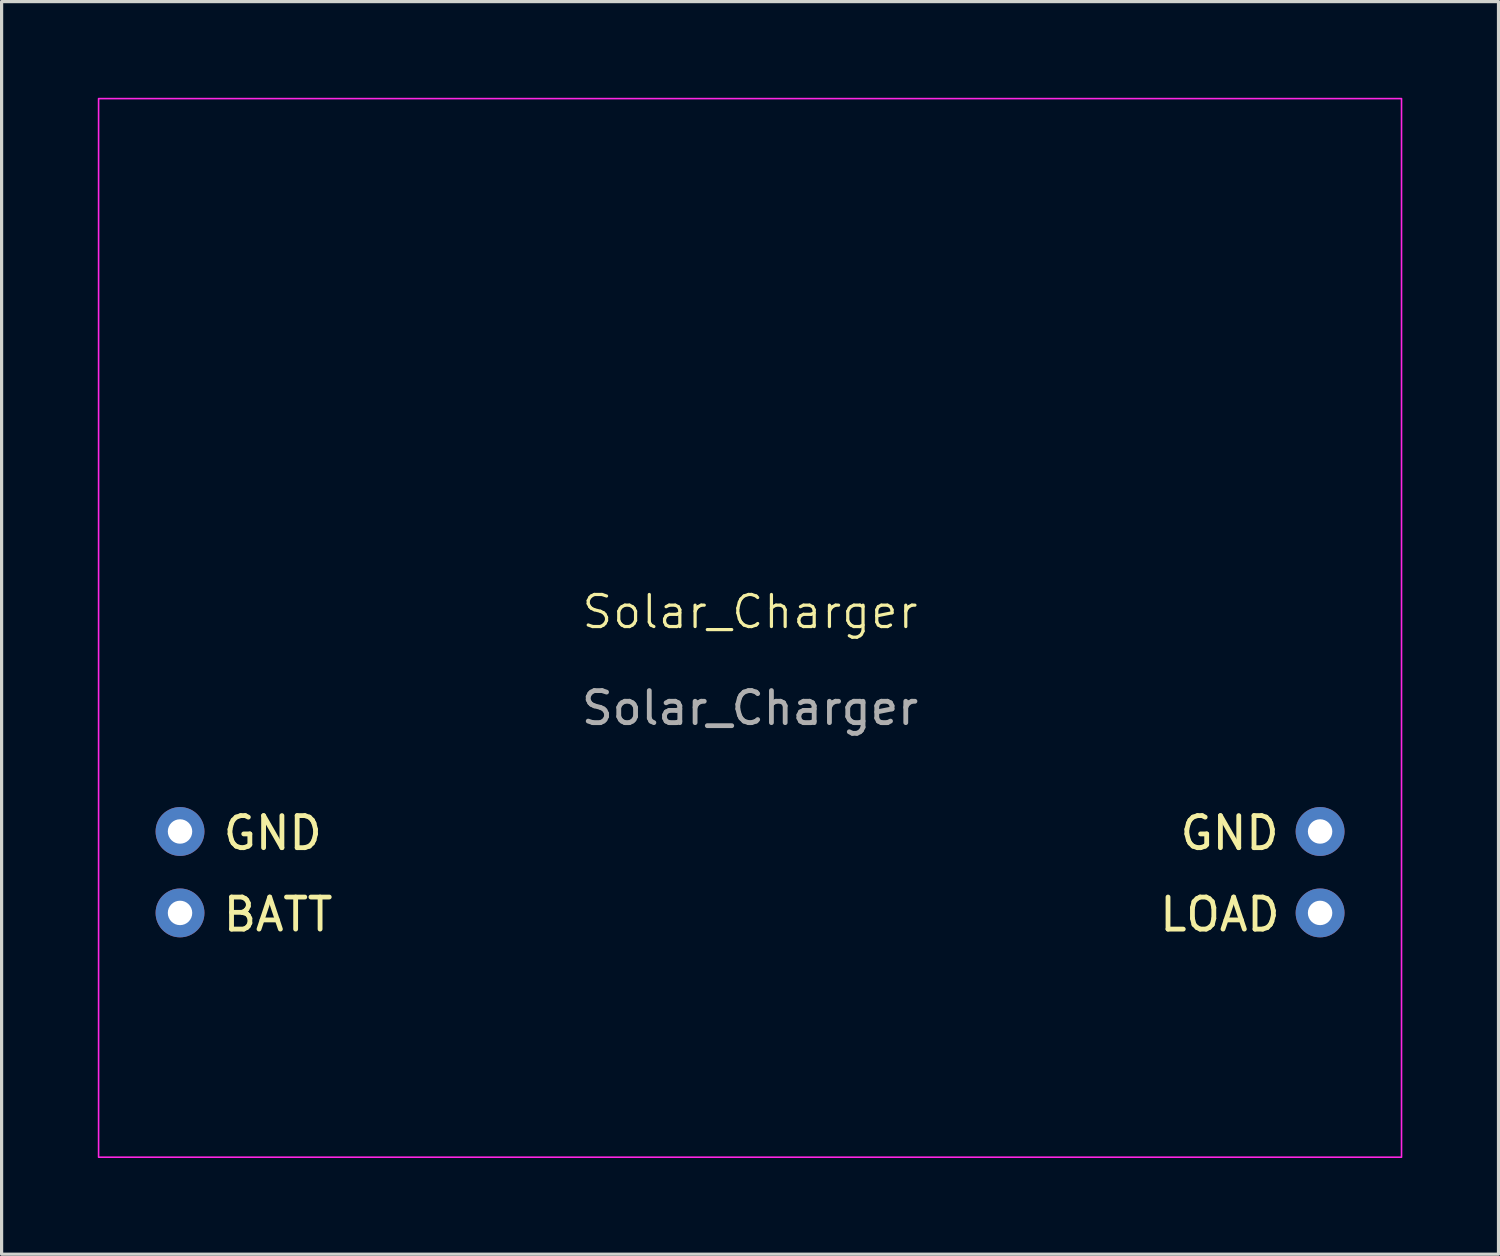
<source format=kicad_pcb>
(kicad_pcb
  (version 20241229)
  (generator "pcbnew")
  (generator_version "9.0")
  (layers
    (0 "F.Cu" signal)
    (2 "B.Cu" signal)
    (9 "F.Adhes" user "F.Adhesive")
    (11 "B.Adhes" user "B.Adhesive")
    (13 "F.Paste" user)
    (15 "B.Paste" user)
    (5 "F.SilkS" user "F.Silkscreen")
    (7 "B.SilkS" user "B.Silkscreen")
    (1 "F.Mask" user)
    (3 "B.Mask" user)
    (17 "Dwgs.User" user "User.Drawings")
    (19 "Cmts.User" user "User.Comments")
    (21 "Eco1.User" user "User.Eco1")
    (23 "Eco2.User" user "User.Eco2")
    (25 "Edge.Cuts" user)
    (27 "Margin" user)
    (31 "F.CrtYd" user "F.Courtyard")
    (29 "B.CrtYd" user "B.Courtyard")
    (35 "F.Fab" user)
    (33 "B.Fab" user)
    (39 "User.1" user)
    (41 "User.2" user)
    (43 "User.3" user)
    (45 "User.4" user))
  (footprint "Solar_Charger"
    (layer "F.Cu")
    (at 20.345 16.535)
    (property "Reference" "Solar_Charger" (at 0 -0.5 0) (unlocked yes) (layer "F.SilkS") (effects (font (size 1 1) (thickness 0.1))))
    (attr through_hole)
    (fp_rect (start -20.32 -16.51) (end 20.32 16.51) (stroke (width 0.05) (type default)) (fill no) (layer "F.CrtYd"))
    (fp_text user "LOAD" (at 12.7 9.525 0) (unlocked yes) (layer "F.SilkS") (effects (font (size 1 1) (thickness 0.15)) (justify left bottom)))
    (fp_text user "GND" (at -16.51 6.985 0) (unlocked yes) (layer "F.SilkS") (effects (font (size 1 1) (thickness 0.15)) (justify left bottom)))
    (fp_text user "BATT" (at -16.51 9.525 0) (unlocked yes) (layer "F.SilkS") (effects (font (size 1 1) (thickness 0.15)) (justify left bottom)))
    (fp_text user "GND" (at 13.335 6.985 0) (unlocked yes) (layer "F.SilkS") (effects (font (size 1 1) (thickness 0.15)) (justify left bottom)))
    (fp_text user "${REFERENCE}" (at 0 2.5 0) (unlocked yes) (layer "F.Fab") (effects (font (size 1 1) (thickness 0.15))))
    (pad "1" thru_hole circle (at -17.78 8.89) (size 1.524 1.524) (drill 0.762) (layers "*.Cu" "*.Mask"))
    (pad "2" thru_hole circle (at -17.78 6.35) (size 1.524 1.524) (drill 0.762) (layers "*.Cu" "*.Mask"))
    (pad "3" thru_hole circle (at 17.78 8.89) (size 1.524 1.524) (drill 0.762) (layers "*.Cu" "*.Mask"))
    (pad "4" thru_hole circle (at 17.78 6.35) (size 1.524 1.524) (drill 0.762) (layers "*.Cu" "*.Mask")))
  (gr_rect
    (start -3 -3)
    (end 43.69 36.07)
    (stroke (width 0.1) (type default))
    (fill no)
    (layer "Edge.Cuts")))
</source>
